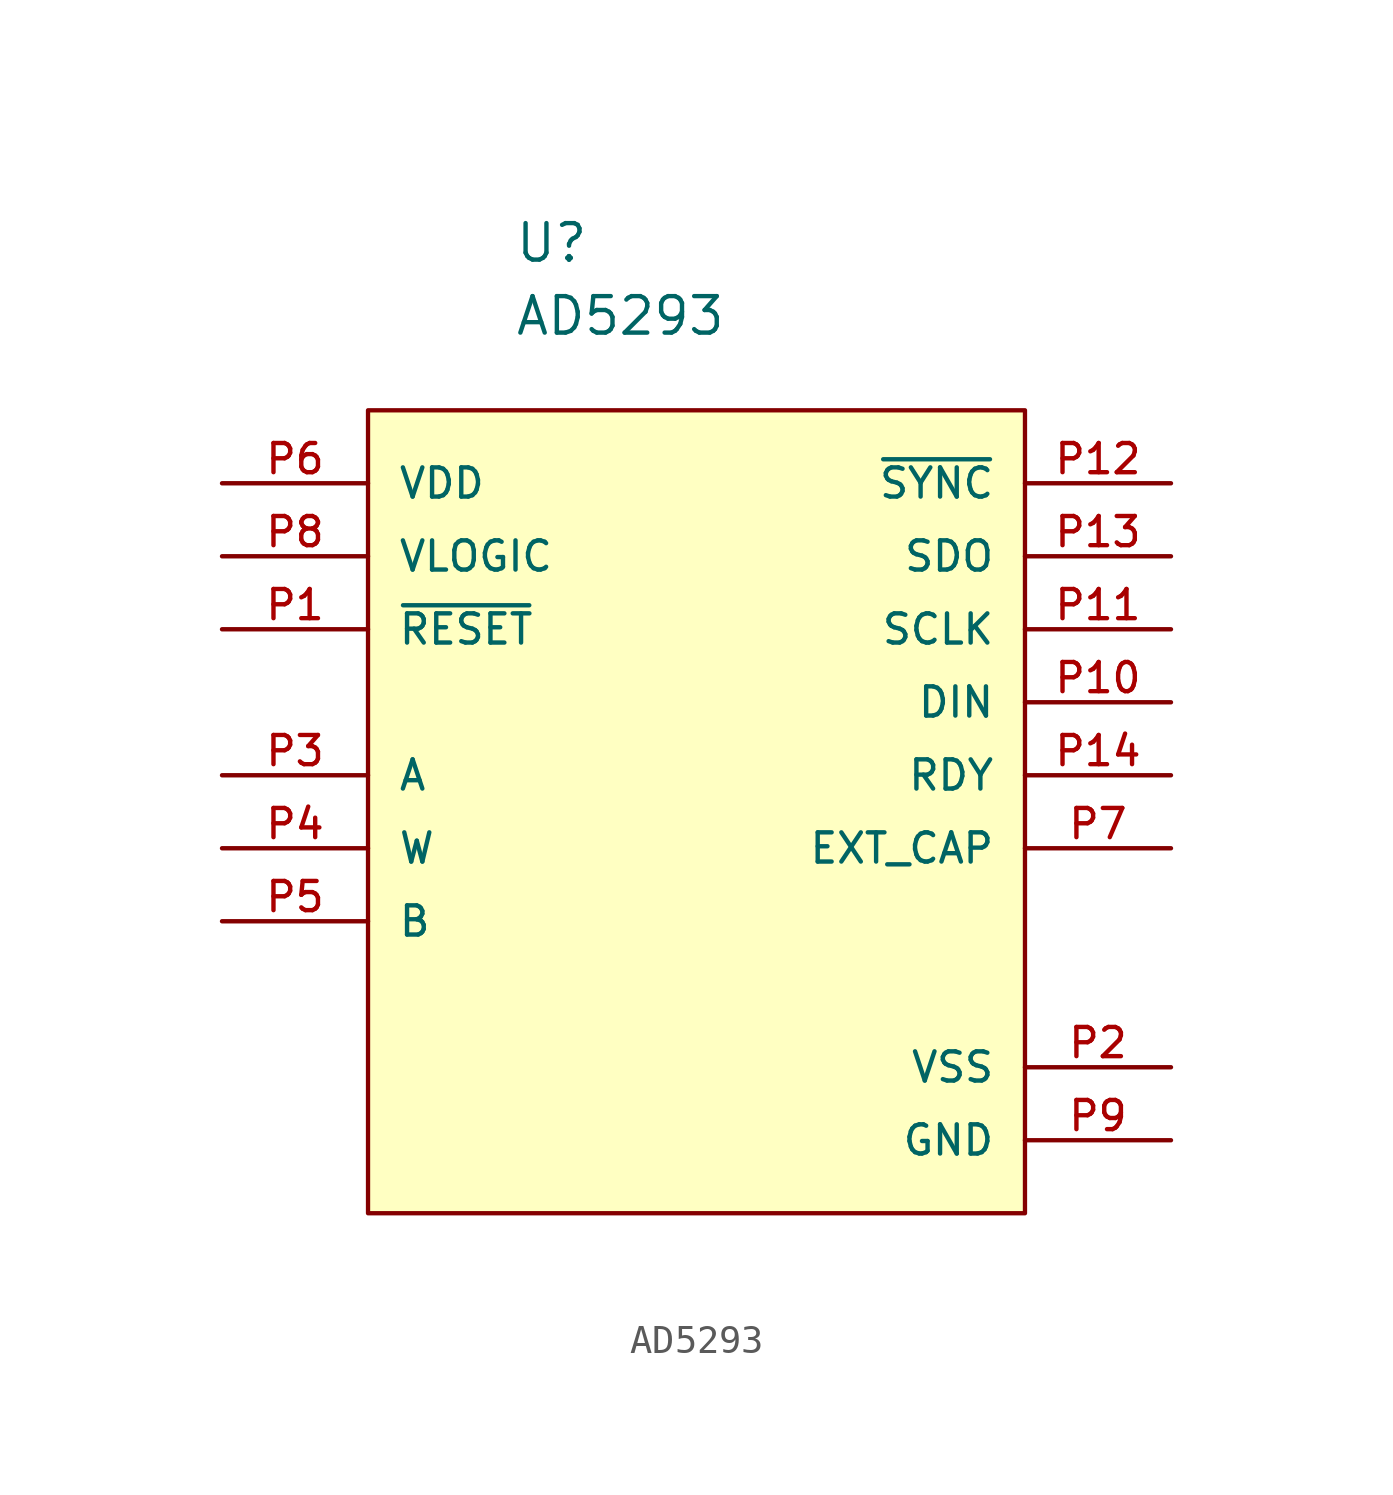
<source format=kicad_sym>
(kicad_symbol_lib
  (version 20211014)
  (generator kicad_symbol_editor)
  (symbol "AD5293"
    (pin_names
      (offset 1.016))
    (property "Reference" "U"
      (at 0.0 20.32 0)
      (effects (font (size 1.27 1.27)) (justify bottom left)))
    (property "Value" "AD5293"
      (at 0.0 17.78 0)
      (effects (font (size 1.27 1.27)) (justify bottom left)))
    (symbol "AD5293_0_0"
      (rectangle (start -5.08 -12.7) (end 17.78 15.24) (stroke (width 0.15)) (fill (type background)))
      (pin bidirectional line (at -10.16 7.62 0) (length 5.08) (name "~{RESET}" (effects (font (size 1.016 1.016)))) (number "P1" (effects (font (size 1.016 1.016)))))
      (pin bidirectional line (at 22.86 -7.62 180.0) (length 5.08) (name "VSS" (effects (font (size 1.016 1.016)))) (number "P2" (effects (font (size 1.016 1.016)))))
      (pin bidirectional line (at -10.16 2.54 0) (length 5.08) (name "A" (effects (font (size 1.016 1.016)))) (number "P3" (effects (font (size 1.016 1.016)))))
      (pin bidirectional line (at -10.16 0.0 0) (length 5.08) (name "W" (effects (font (size 1.016 1.016)))) (number "P4" (effects (font (size 1.016 1.016)))))
      (pin bidirectional line (at -10.16 -2.54 0) (length 5.08) (name "B" (effects (font (size 1.016 1.016)))) (number "P5" (effects (font (size 1.016 1.016)))))
      (pin bidirectional line (at -10.16 12.7 0) (length 5.08) (name "VDD" (effects (font (size 1.016 1.016)))) (number "P6" (effects (font (size 1.016 1.016)))))
      (pin bidirectional line (at 22.86 0.0 180.0) (length 5.08) (name "EXT_CAP" (effects (font (size 1.016 1.016)))) (number "P7" (effects (font (size 1.016 1.016)))))
      (pin bidirectional line (at -10.16 10.16 0) (length 5.08) (name "VLOGIC" (effects (font (size 1.016 1.016)))) (number "P8" (effects (font (size 1.016 1.016)))))
      (pin bidirectional line (at 22.86 -10.16 180.0) (length 5.08) (name "GND" (effects (font (size 1.016 1.016)))) (number "P9" (effects (font (size 1.016 1.016)))))
      (pin bidirectional line (at 22.86 5.08 180.0) (length 5.08) (name "DIN" (effects (font (size 1.016 1.016)))) (number "P10" (effects (font (size 1.016 1.016)))))
      (pin bidirectional line (at 22.86 7.62 180.0) (length 5.08) (name "SCLK" (effects (font (size 1.016 1.016)))) (number "P11" (effects (font (size 1.016 1.016)))))
      (pin bidirectional line (at 22.86 12.7 180.0) (length 5.08) (name "~{SYNC}" (effects (font (size 1.016 1.016)))) (number "P12" (effects (font (size 1.016 1.016)))))
      (pin bidirectional line (at 22.86 10.16 180.0) (length 5.08) (name "SDO" (effects (font (size 1.016 1.016)))) (number "P13" (effects (font (size 1.016 1.016)))))
      (pin bidirectional line (at 22.86 2.54 180.0) (length 5.08) (name "RDY" (effects (font (size 1.016 1.016)))) (number "P14" (effects (font (size 1.016 1.016))))))))
</source>
